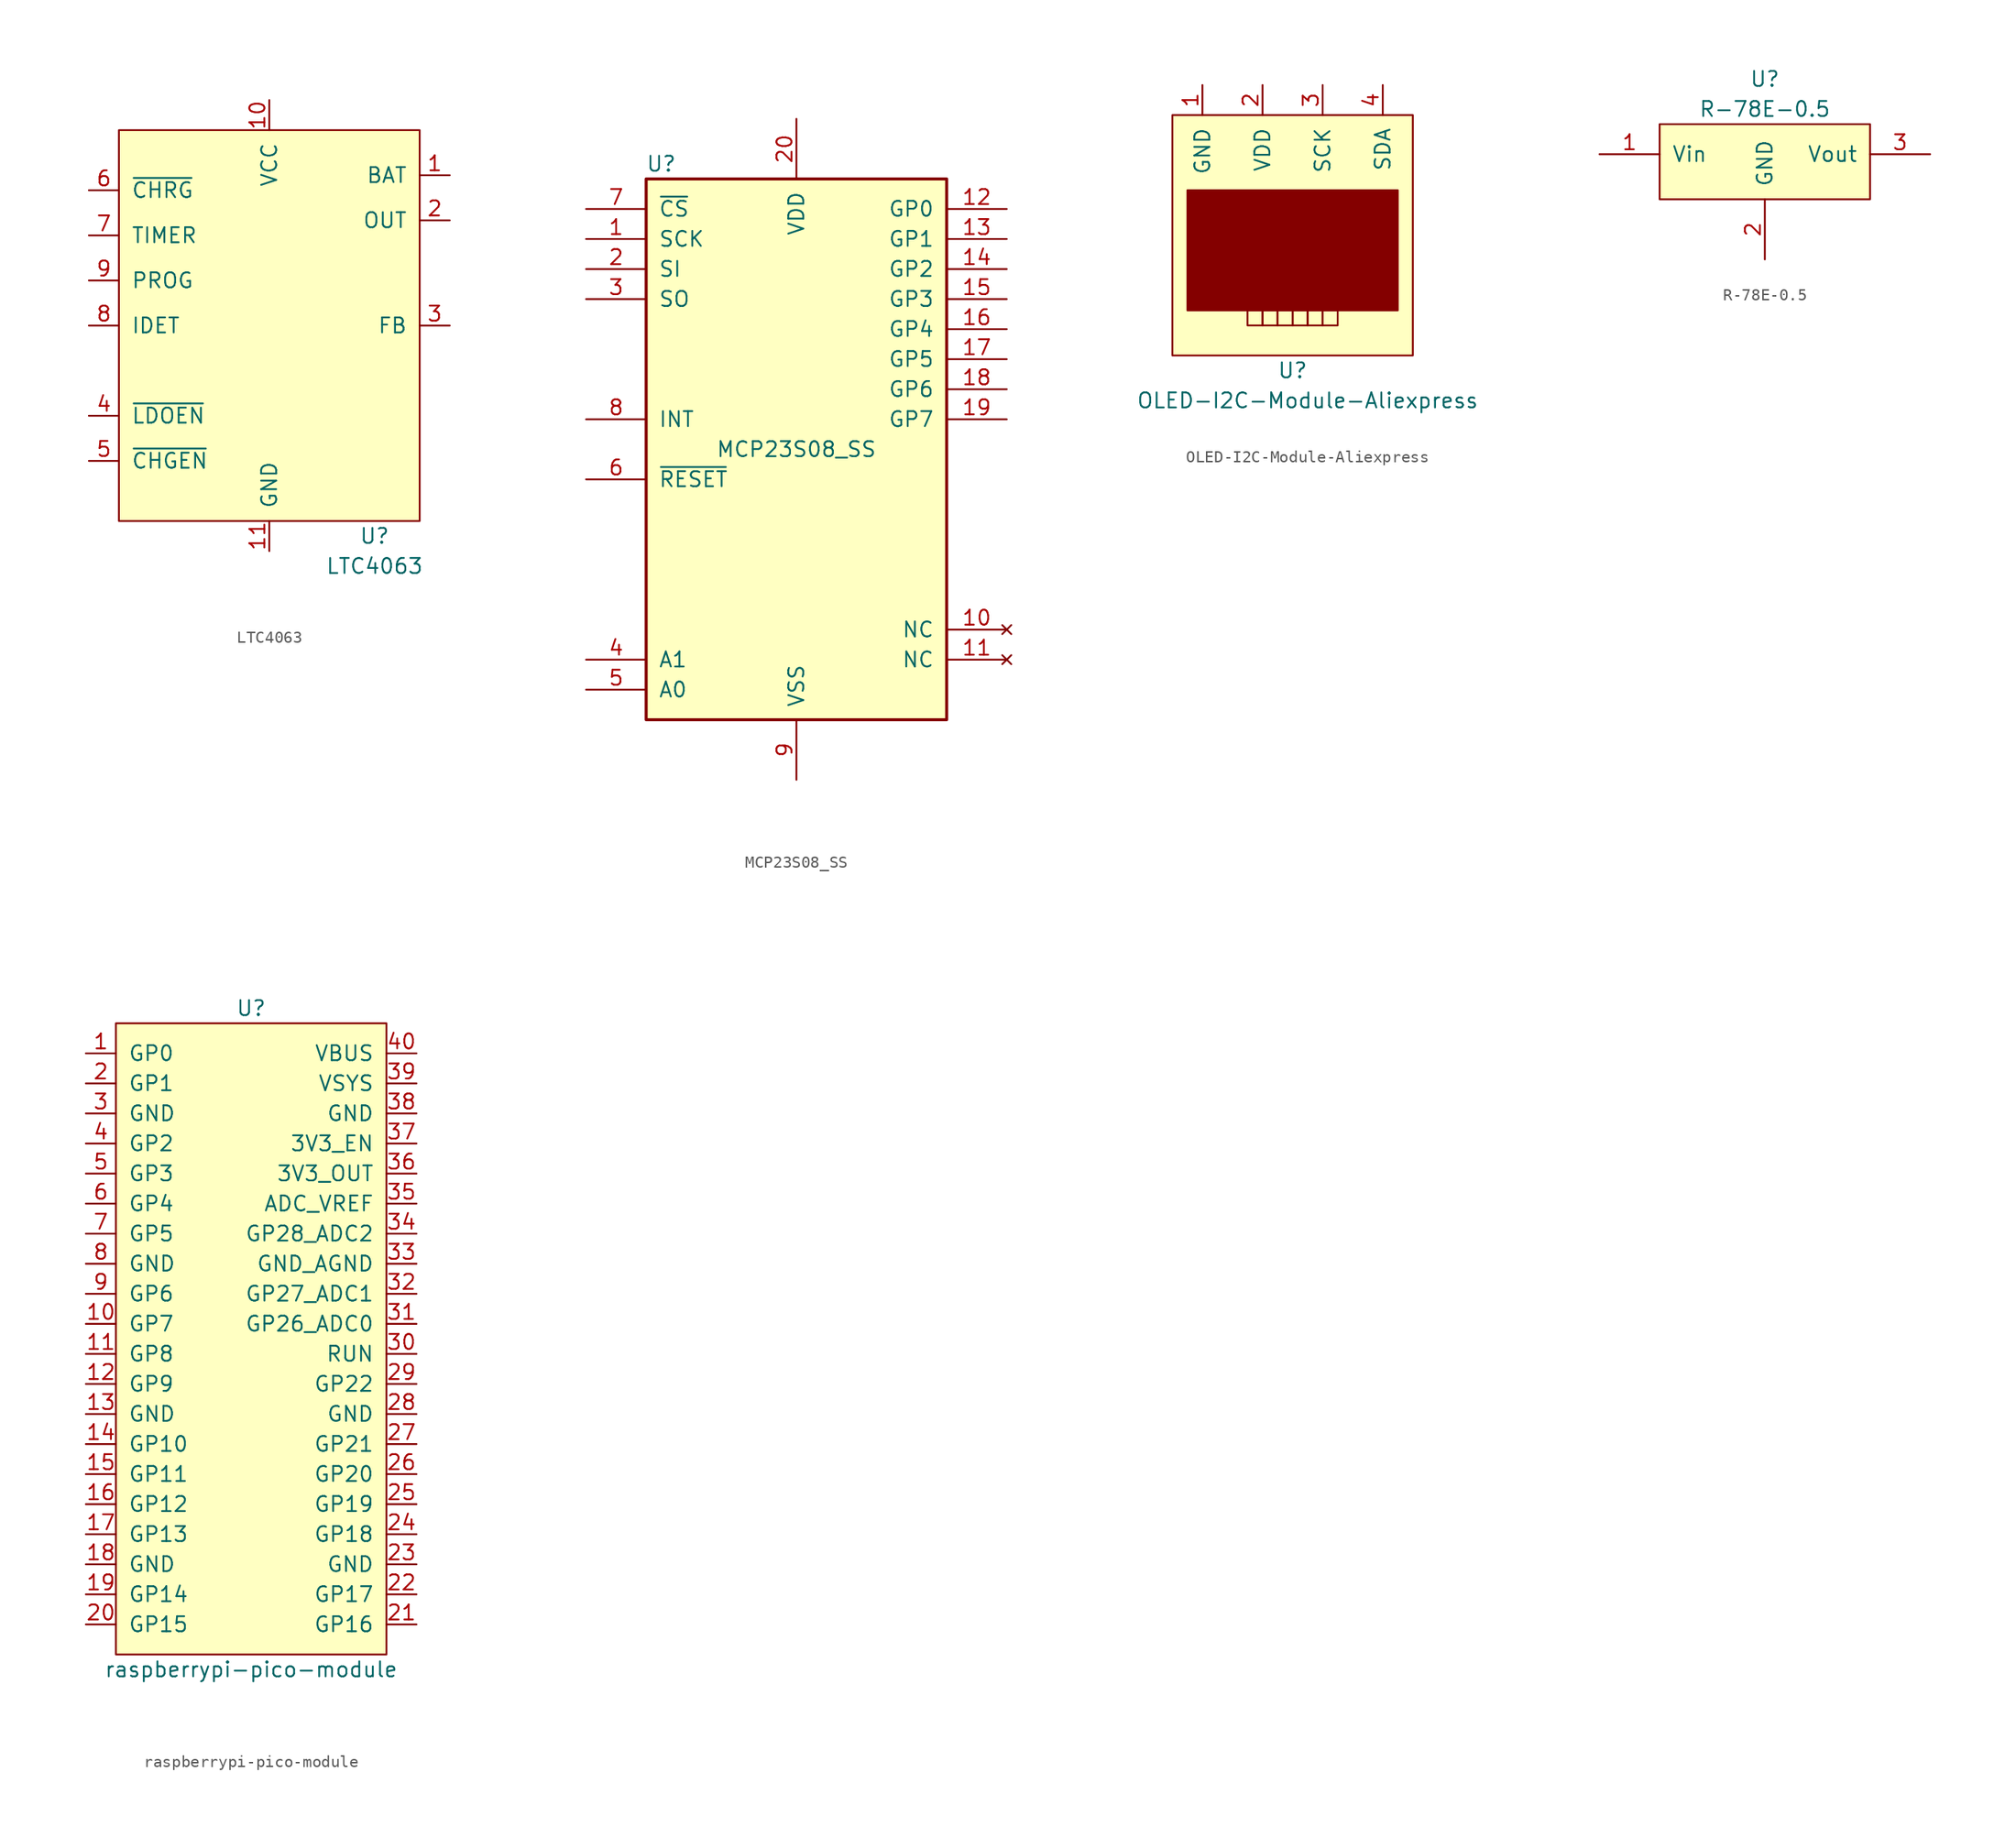
<source format=kicad_sym>
(kicad_symbol_lib
  (version 20211014)
  (generator kicad_symbol_editor)
  (symbol "LTC4063"
    (pin_names
      (offset 1.016))
    (property "Reference" "U"
      (at 8.89 -22.86 0)
      (effects (font (size 1.27 1.27))))
    (property "Value" "LTC4063"
      (at 8.89 -25.4 0)
      (effects (font (size 1.27 1.27))))
    (symbol "LTC4063_0_1"
      (rectangle (start -12.7 11.43) (end 12.7 -21.59) (stroke (width 0) (type default) (color 0 0 0 0)) (fill (type background))))
    (symbol "LTC4063_1_1"
      (pin power_out line (at 15.24 7.62 180) (length 2.54) (name "BAT" (effects (font (size 1.27 1.27)))) (number "1" (effects (font (size 1.27 1.27)))))
      (pin power_in line (at 0 13.97 270) (length 2.54) (name "VCC" (effects (font (size 1.27 1.27)))) (number "10" (effects (font (size 1.27 1.27)))))
      (pin power_in line (at 0 -24.13 90) (length 2.54) (name "GND" (effects (font (size 1.27 1.27)))) (number "11" (effects (font (size 1.27 1.27)))))
      (pin power_out line (at 15.24 3.81 180) (length 2.54) (name "OUT" (effects (font (size 1.27 1.27)))) (number "2" (effects (font (size 1.27 1.27)))))
      (pin input line (at 15.24 -5.08 180) (length 2.54) (name "FB" (effects (font (size 1.27 1.27)))) (number "3" (effects (font (size 1.27 1.27)))))
      (pin input line (at -15.24 -12.7 0) (length 2.54) (name "~{LDOEN}" (effects (font (size 1.27 1.27)))) (number "4" (effects (font (size 1.27 1.27)))))
      (pin input line (at -15.24 -16.51 0) (length 2.54) (name "~{CHGEN}" (effects (font (size 1.27 1.27)))) (number "5" (effects (font (size 1.27 1.27)))))
      (pin passive line (at -15.24 6.35 0) (length 2.54) (name "~{CHRG}" (effects (font (size 1.27 1.27)))) (number "6" (effects (font (size 1.27 1.27)))))
      (pin passive line (at -15.24 2.54 0) (length 2.54) (name "TIMER" (effects (font (size 1.27 1.27)))) (number "7" (effects (font (size 1.27 1.27)))))
      (pin passive line (at -15.24 -5.08 0) (length 2.54) (name "IDET" (effects (font (size 1.27 1.27)))) (number "8" (effects (font (size 1.27 1.27)))))
      (pin passive line (at -15.24 -1.27 0) (length 2.54) (name "PROG" (effects (font (size 1.27 1.27)))) (number "9" (effects (font (size 1.27 1.27)))))))
  (symbol "MCP23S08_SS"
    (pin_names
      (offset 1.016))
    (property "Reference" "U"
      (at -11.43 24.13 0)
      (effects (font (size 1.27 1.27))))
    (property "Value" "MCP23S08_SS"
      (at 0 0 0)
      (effects (font (size 1.27 1.27))))
    (symbol "MCP23S08_SS_0_1"
      (rectangle (start -12.7 22.86) (end 12.7 -22.86) (stroke (width 0.254) (type default) (color 0 0 0 0)) (fill (type background))))
    (symbol "MCP23S08_SS_1_1"
      (pin input line (at -17.78 17.78 0) (length 5.08) (name "SCK" (effects (font (size 1.27 1.27)))) (number "1" (effects (font (size 1.27 1.27)))))
      (pin no_connect line (at 17.78 -15.24 180) (length 5.08) (name "NC" (effects (font (size 1.27 1.27)))) (number "10" (effects (font (size 1.27 1.27)))))
      (pin no_connect line (at 17.78 -17.78 180) (length 5.08) (name "NC" (effects (font (size 1.27 1.27)))) (number "11" (effects (font (size 1.27 1.27)))))
      (pin bidirectional line (at 17.78 20.32 180) (length 5.08) (name "GP0" (effects (font (size 1.27 1.27)))) (number "12" (effects (font (size 1.27 1.27)))))
      (pin bidirectional line (at 17.78 17.78 180) (length 5.08) (name "GP1" (effects (font (size 1.27 1.27)))) (number "13" (effects (font (size 1.27 1.27)))))
      (pin bidirectional line (at 17.78 15.24 180) (length 5.08) (name "GP2" (effects (font (size 1.27 1.27)))) (number "14" (effects (font (size 1.27 1.27)))))
      (pin bidirectional line (at 17.78 12.7 180) (length 5.08) (name "GP3" (effects (font (size 1.27 1.27)))) (number "15" (effects (font (size 1.27 1.27)))))
      (pin bidirectional line (at 17.78 10.16 180) (length 5.08) (name "GP4" (effects (font (size 1.27 1.27)))) (number "16" (effects (font (size 1.27 1.27)))))
      (pin bidirectional line (at 17.78 7.62 180) (length 5.08) (name "GP5" (effects (font (size 1.27 1.27)))) (number "17" (effects (font (size 1.27 1.27)))))
      (pin bidirectional line (at 17.78 5.08 180) (length 5.08) (name "GP6" (effects (font (size 1.27 1.27)))) (number "18" (effects (font (size 1.27 1.27)))))
      (pin bidirectional line (at 17.78 2.54 180) (length 5.08) (name "GP7" (effects (font (size 1.27 1.27)))) (number "19" (effects (font (size 1.27 1.27)))))
      (pin input line (at -17.78 15.24 0) (length 5.08) (name "SI" (effects (font (size 1.27 1.27)))) (number "2" (effects (font (size 1.27 1.27)))))
      (pin power_in line (at 0 27.94 270) (length 5.08) (name "VDD" (effects (font (size 1.27 1.27)))) (number "20" (effects (font (size 1.27 1.27)))))
      (pin output line (at -17.78 12.7 0) (length 5.08) (name "SO" (effects (font (size 1.27 1.27)))) (number "3" (effects (font (size 1.27 1.27)))))
      (pin input line (at -17.78 -17.78 0) (length 5.08) (name "A1" (effects (font (size 1.27 1.27)))) (number "4" (effects (font (size 1.27 1.27)))))
      (pin input line (at -17.78 -20.32 0) (length 5.08) (name "A0" (effects (font (size 1.27 1.27)))) (number "5" (effects (font (size 1.27 1.27)))))
      (pin input line (at -17.78 -2.54 0) (length 5.08) (name "~{RESET}" (effects (font (size 1.27 1.27)))) (number "6" (effects (font (size 1.27 1.27)))))
      (pin input line (at -17.78 20.32 0) (length 5.08) (name "~{CS}" (effects (font (size 1.27 1.27)))) (number "7" (effects (font (size 1.27 1.27)))))
      (pin tri_state line (at -17.78 2.54 0) (length 5.08) (name "INT" (effects (font (size 1.27 1.27)))) (number "8" (effects (font (size 1.27 1.27)))))
      (pin power_in line (at 0 -27.94 90) (length 5.08) (name "VSS" (effects (font (size 1.27 1.27)))) (number "9" (effects (font (size 1.27 1.27)))))))
  (symbol "OLED-I2C-Module-Aliexpress"
    (pin_names
      (offset 1.016))
    (property "Reference" "U"
      (at 0 -13.97 0)
      (effects (font (size 1.27 1.27))))
    (property "Value" "OLED-I2C-Module-Aliexpress"
      (at 1.27 -16.51 0)
      (effects (font (size 1.27 1.27))))
    (symbol "OLED-I2C-Module-Aliexpress_0_1"
      (rectangle (start -10.16 7.62) (end 10.16 -12.7) (stroke (width 0) (type default) (color 0 0 0 0)) (fill (type background)))
      (rectangle (start -8.89 1.27) (end 8.89 -8.89) (stroke (width 0) (type default) (color 0 0 0 0)) (fill (type outline)))
      (rectangle (start -3.81 -8.89) (end -2.54 -10.16) (stroke (width 0) (type default) (color 0 0 0 0)) (fill (type none)))
      (rectangle (start -2.54 -8.89) (end -1.27 -10.16) (stroke (width 0) (type default) (color 0 0 0 0)) (fill (type none)))
      (rectangle (start -1.27 -8.89) (end 0 -10.16) (stroke (width 0) (type default) (color 0 0 0 0)) (fill (type none)))
      (rectangle (start 0 -8.89) (end 1.27 -10.16) (stroke (width 0) (type default) (color 0 0 0 0)) (fill (type none)))
      (rectangle (start 1.27 -8.89) (end 2.54 -10.16) (stroke (width 0) (type default) (color 0 0 0 0)) (fill (type none)))
      (rectangle (start 2.54 -8.89) (end 3.81 -10.16) (stroke (width 0) (type default) (color 0 0 0 0)) (fill (type none))))
    (symbol "OLED-I2C-Module-Aliexpress_1_1"
      (pin power_in line (at -7.62 10.16 270) (length 2.54) (name "GND" (effects (font (size 1.27 1.27)))) (number "1" (effects (font (size 1.27 1.27)))))
      (pin power_in line (at -2.54 10.16 270) (length 2.54) (name "VDD" (effects (font (size 1.27 1.27)))) (number "2" (effects (font (size 1.27 1.27)))))
      (pin passive line (at 2.54 10.16 270) (length 2.54) (name "SCK" (effects (font (size 1.27 1.27)))) (number "3" (effects (font (size 1.27 1.27)))))
      (pin passive line (at 7.62 10.16 270) (length 2.54) (name "SDA" (effects (font (size 1.27 1.27)))) (number "4" (effects (font (size 1.27 1.27)))))))
  (symbol "R-78E-0.5"
    (pin_names
      (offset 1.016))
    (property "Reference" "U"
      (at 0 10.16 0)
      (effects (font (size 1.27 1.27))))
    (property "Value" "R-78E-0.5"
      (at 0 7.62 0)
      (effects (font (size 1.27 1.27))))
    (symbol "R-78E-0.5_0_1"
      (rectangle (start 8.89 0) (end -8.89 6.35) (stroke (width 0) (type default) (color 0 0 0 0)) (fill (type background))))
    (symbol "R-78E-0.5_1_1"
      (pin power_in line (at -13.97 3.81 0) (length 5.08) (name "Vin" (effects (font (size 1.27 1.27)))) (number "1" (effects (font (size 1.27 1.27)))))
      (pin power_in line (at 0 -5.08 90) (length 5.08) (name "GND" (effects (font (size 1.27 1.27)))) (number "2" (effects (font (size 1.27 1.27)))))
      (pin power_out line (at 13.97 3.81 180) (length 5.08) (name "Vout" (effects (font (size 1.27 1.27)))) (number "3" (effects (font (size 1.27 1.27)))))))
  (symbol "raspberrypi-pico-module"
    (pin_names
      (offset 1.016))
    (property "Reference" "U"
      (at 0 27.94 0)
      (effects (font (size 1.27 1.27))))
    (property "Value" "raspberrypi-pico-module"
      (at 0 -27.94 0)
      (effects (font (size 1.27 1.27))))
    (symbol "raspberrypi-pico-module_0_1"
      (rectangle (start -11.43 26.67) (end 11.43 -26.67) (stroke (width 0) (type default) (color 0 0 0 0)) (fill (type background))))
    (symbol "raspberrypi-pico-module_1_1"
      (pin bidirectional line (at -13.97 24.13 0) (length 2.54) (name "GP0" (effects (font (size 1.27 1.27)))) (number "1" (effects (font (size 1.27 1.27)))))
      (pin bidirectional line (at -13.97 1.27 0) (length 2.54) (name "GP7" (effects (font (size 1.27 1.27)))) (number "10" (effects (font (size 1.27 1.27)))))
      (pin bidirectional line (at -13.97 -1.27 0) (length 2.54) (name "GP8" (effects (font (size 1.27 1.27)))) (number "11" (effects (font (size 1.27 1.27)))))
      (pin bidirectional line (at -13.97 -3.81 0) (length 2.54) (name "GP9" (effects (font (size 1.27 1.27)))) (number "12" (effects (font (size 1.27 1.27)))))
      (pin power_in line (at -13.97 -6.35 0) (length 2.54) (name "GND" (effects (font (size 1.27 1.27)))) (number "13" (effects (font (size 1.27 1.27)))))
      (pin bidirectional line (at -13.97 -8.89 0) (length 2.54) (name "GP10" (effects (font (size 1.27 1.27)))) (number "14" (effects (font (size 1.27 1.27)))))
      (pin bidirectional line (at -13.97 -11.43 0) (length 2.54) (name "GP11" (effects (font (size 1.27 1.27)))) (number "15" (effects (font (size 1.27 1.27)))))
      (pin bidirectional line (at -13.97 -13.97 0) (length 2.54) (name "GP12" (effects (font (size 1.27 1.27)))) (number "16" (effects (font (size 1.27 1.27)))))
      (pin bidirectional line (at -13.97 -16.51 0) (length 2.54) (name "GP13" (effects (font (size 1.27 1.27)))) (number "17" (effects (font (size 1.27 1.27)))))
      (pin power_in line (at -13.97 -19.05 0) (length 2.54) (name "GND" (effects (font (size 1.27 1.27)))) (number "18" (effects (font (size 1.27 1.27)))))
      (pin bidirectional line (at -13.97 -21.59 0) (length 2.54) (name "GP14" (effects (font (size 1.27 1.27)))) (number "19" (effects (font (size 1.27 1.27)))))
      (pin bidirectional line (at -13.97 21.59 0) (length 2.54) (name "GP1" (effects (font (size 1.27 1.27)))) (number "2" (effects (font (size 1.27 1.27)))))
      (pin bidirectional line (at -13.97 -24.13 0) (length 2.54) (name "GP15" (effects (font (size 1.27 1.27)))) (number "20" (effects (font (size 1.27 1.27)))))
      (pin bidirectional line (at 13.97 -24.13 180) (length 2.54) (name "GP16" (effects (font (size 1.27 1.27)))) (number "21" (effects (font (size 1.27 1.27)))))
      (pin bidirectional line (at 13.97 -21.59 180) (length 2.54) (name "GP17" (effects (font (size 1.27 1.27)))) (number "22" (effects (font (size 1.27 1.27)))))
      (pin power_in line (at 13.97 -19.05 180) (length 2.54) (name "GND" (effects (font (size 1.27 1.27)))) (number "23" (effects (font (size 1.27 1.27)))))
      (pin bidirectional line (at 13.97 -16.51 180) (length 2.54) (name "GP18" (effects (font (size 1.27 1.27)))) (number "24" (effects (font (size 1.27 1.27)))))
      (pin bidirectional line (at 13.97 -13.97 180) (length 2.54) (name "GP19" (effects (font (size 1.27 1.27)))) (number "25" (effects (font (size 1.27 1.27)))))
      (pin bidirectional line (at 13.97 -11.43 180) (length 2.54) (name "GP20" (effects (font (size 1.27 1.27)))) (number "26" (effects (font (size 1.27 1.27)))))
      (pin bidirectional line (at 13.97 -8.89 180) (length 2.54) (name "GP21" (effects (font (size 1.27 1.27)))) (number "27" (effects (font (size 1.27 1.27)))))
      (pin power_in line (at 13.97 -6.35 180) (length 2.54) (name "GND" (effects (font (size 1.27 1.27)))) (number "28" (effects (font (size 1.27 1.27)))))
      (pin bidirectional line (at 13.97 -3.81 180) (length 2.54) (name "GP22" (effects (font (size 1.27 1.27)))) (number "29" (effects (font (size 1.27 1.27)))))
      (pin power_in line (at -13.97 19.05 0) (length 2.54) (name "GND" (effects (font (size 1.27 1.27)))) (number "3" (effects (font (size 1.27 1.27)))))
      (pin input line (at 13.97 -1.27 180) (length 2.54) (name "RUN" (effects (font (size 1.27 1.27)))) (number "30" (effects (font (size 1.27 1.27)))))
      (pin bidirectional line (at 13.97 1.27 180) (length 2.54) (name "GP26_ADC0" (effects (font (size 1.27 1.27)))) (number "31" (effects (font (size 1.27 1.27)))))
      (pin bidirectional line (at 13.97 3.81 180) (length 2.54) (name "GP27_ADC1" (effects (font (size 1.27 1.27)))) (number "32" (effects (font (size 1.27 1.27)))))
      (pin power_in line (at 13.97 6.35 180) (length 2.54) (name "GND_AGND" (effects (font (size 1.27 1.27)))) (number "33" (effects (font (size 1.27 1.27)))))
      (pin bidirectional line (at 13.97 8.89 180) (length 2.54) (name "GP28_ADC2" (effects (font (size 1.27 1.27)))) (number "34" (effects (font (size 1.27 1.27)))))
      (pin power_in line (at 13.97 11.43 180) (length 2.54) (name "ADC_VREF" (effects (font (size 1.27 1.27)))) (number "35" (effects (font (size 1.27 1.27)))))
      (pin power_out line (at 13.97 13.97 180) (length 2.54) (name "3V3_OUT" (effects (font (size 1.27 1.27)))) (number "36" (effects (font (size 1.27 1.27)))))
      (pin input line (at 13.97 16.51 180) (length 2.54) (name "3V3_EN" (effects (font (size 1.27 1.27)))) (number "37" (effects (font (size 1.27 1.27)))))
      (pin power_in line (at 13.97 19.05 180) (length 2.54) (name "GND" (effects (font (size 1.27 1.27)))) (number "38" (effects (font (size 1.27 1.27)))))
      (pin power_in line (at 13.97 21.59 180) (length 2.54) (name "VSYS" (effects (font (size 1.27 1.27)))) (number "39" (effects (font (size 1.27 1.27)))))
      (pin bidirectional line (at -13.97 16.51 0) (length 2.54) (name "GP2" (effects (font (size 1.27 1.27)))) (number "4" (effects (font (size 1.27 1.27)))))
      (pin power_in line (at 13.97 24.13 180) (length 2.54) (name "VBUS" (effects (font (size 1.27 1.27)))) (number "40" (effects (font (size 1.27 1.27)))))
      (pin bidirectional line (at -13.97 13.97 0) (length 2.54) (name "GP3" (effects (font (size 1.27 1.27)))) (number "5" (effects (font (size 1.27 1.27)))))
      (pin bidirectional line (at -13.97 11.43 0) (length 2.54) (name "GP4" (effects (font (size 1.27 1.27)))) (number "6" (effects (font (size 1.27 1.27)))))
      (pin bidirectional line (at -13.97 8.89 0) (length 2.54) (name "GP5" (effects (font (size 1.27 1.27)))) (number "7" (effects (font (size 1.27 1.27)))))
      (pin power_in line (at -13.97 6.35 0) (length 2.54) (name "GND" (effects (font (size 1.27 1.27)))) (number "8" (effects (font (size 1.27 1.27)))))
      (pin bidirectional line (at -13.97 3.81 0) (length 2.54) (name "GP6" (effects (font (size 1.27 1.27)))) (number "9" (effects (font (size 1.27 1.27))))))))
</source>
